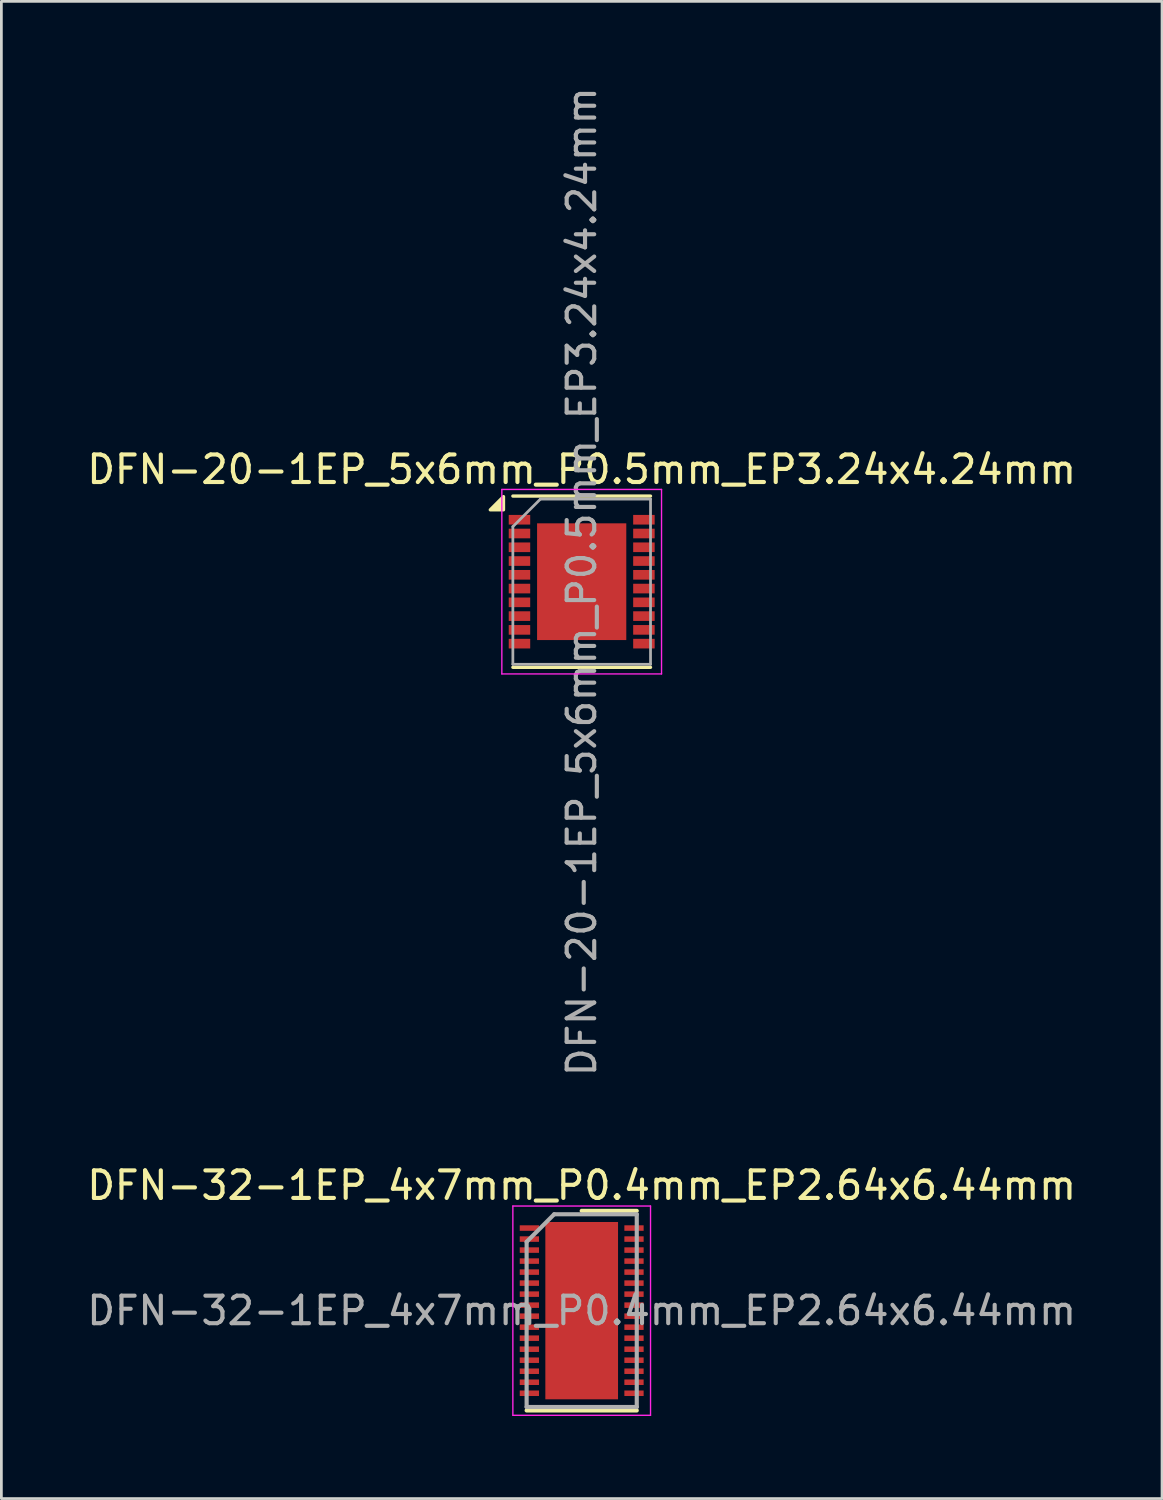
<source format=kicad_pcb>
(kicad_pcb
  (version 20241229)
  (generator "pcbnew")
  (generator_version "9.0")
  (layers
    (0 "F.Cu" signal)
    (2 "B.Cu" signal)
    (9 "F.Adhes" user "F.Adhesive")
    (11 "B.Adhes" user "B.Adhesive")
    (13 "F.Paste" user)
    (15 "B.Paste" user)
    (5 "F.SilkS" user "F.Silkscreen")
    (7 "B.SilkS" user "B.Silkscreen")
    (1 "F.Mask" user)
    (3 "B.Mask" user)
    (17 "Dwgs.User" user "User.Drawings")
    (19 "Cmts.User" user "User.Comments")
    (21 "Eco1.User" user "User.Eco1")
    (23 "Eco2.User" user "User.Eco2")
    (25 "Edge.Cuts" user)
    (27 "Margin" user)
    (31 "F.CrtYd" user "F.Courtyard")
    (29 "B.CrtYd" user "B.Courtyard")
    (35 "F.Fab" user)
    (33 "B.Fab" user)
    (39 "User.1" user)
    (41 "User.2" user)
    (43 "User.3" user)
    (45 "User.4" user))
  (footprint "DFN-20-1EP_5x6mm_P0.5mm_EP3.24x4.24mm"
    (layer "F.Cu")
    (at 18.077 18.077)
    (property "Reference" "DFN-20-1EP_5x6mm_P0.5mm_EP3.24x4.24mm" (at 0 -4.075 0) (layer "F.SilkS") (effects (font (size 1 1) (thickness 0.15))))
    (attr smd)
    (fp_line (start -2.5 -3.11) (end 2.5 -3.11) (stroke (width 0.12) (type solid)) (layer "F.SilkS"))
    (fp_line (start -2.5 3.11) (end 2.5 3.11) (stroke (width 0.12) (type solid)) (layer "F.SilkS"))
    (fp_poly (pts (xy -2.84 -2.61) (xy -3.32 -2.61) (xy -2.84 -3.09) (xy -2.84 -2.61)) (stroke (width 0.12) (type solid)) (fill yes) (layer "F.SilkS"))
    (fp_line (start -2.9 -3.35) (end -2.9 3.35) (stroke (width 0.05) (type solid)) (layer "F.CrtYd"))
    (fp_line (start -2.9 -3.35) (end 2.9 -3.35) (stroke (width 0.05) (type solid)) (layer "F.CrtYd"))
    (fp_line (start -2.9 3.35) (end 2.9 3.35) (stroke (width 0.05) (type solid)) (layer "F.CrtYd"))
    (fp_line (start 2.9 -3.35) (end 2.9 3.35) (stroke (width 0.05) (type solid)) (layer "F.CrtYd"))
    (fp_line (start -2.5 -2) (end -1.5 -3) (stroke (width 0.1) (type solid)) (layer "F.Fab"))
    (fp_line (start -2.5 3) (end -2.5 -2) (stroke (width 0.1) (type solid)) (layer "F.Fab"))
    (fp_line (start -1.5 -3) (end 2.5 -3) (stroke (width 0.1) (type solid)) (layer "F.Fab"))
    (fp_line (start 2.5 -3) (end 2.5 3) (stroke (width 0.1) (type solid)) (layer "F.Fab"))
    (fp_line (start 2.5 3) (end -2.5 3) (stroke (width 0.1) (type solid)) (layer "F.Fab"))
    (fp_text user "${REFERENCE}" (at 0 0 90) (layer "F.Fab") (effects (font (size 1 1) (thickness 0.15))))
    (pad "" smd rect (at -1.08 -1.59) (size 0.86 0.86) (layers "F.Paste"))
    (pad "" smd rect (at -1.08 -0.53) (size 0.86 0.86) (layers "F.Paste"))
    (pad "" smd rect (at -1.08 0.53) (size 0.86 0.86) (layers "F.Paste"))
    (pad "" smd rect (at -1.08 1.59) (size 0.86 0.86) (layers "F.Paste"))
    (pad "" smd rect (at 0 -1.59) (size 0.86 0.86) (layers "F.Paste"))
    (pad "" smd rect (at 0 -0.53) (size 0.86 0.86) (layers "F.Paste"))
    (pad "" smd rect (at 0 0.53) (size 0.86 0.86) (layers "F.Paste"))
    (pad "" smd rect (at 0 1.59) (size 0.86 0.86) (layers "F.Paste"))
    (pad "" smd rect (at 1.08 -1.59) (size 0.86 0.86) (layers "F.Paste"))
    (pad "" smd rect (at 1.08 -0.53) (size 0.86 0.86) (layers "F.Paste"))
    (pad "" smd rect (at 1.08 0.53) (size 0.86 0.86) (layers "F.Paste"))
    (pad "" smd rect (at 1.08 1.59) (size 0.86 0.86) (layers "F.Paste"))
    (pad "1" smd rect (at -2.26 -2.25) (size 0.78 0.35) (layers "F.Cu" "F.Mask" "F.Paste"))
    (pad "2" smd rect (at -2.26 -1.75) (size 0.78 0.35) (layers "F.Cu" "F.Mask" "F.Paste"))
    (pad "3" smd rect (at -2.26 -1.25) (size 0.78 0.35) (layers "F.Cu" "F.Mask" "F.Paste"))
    (pad "4" smd rect (at -2.26 -0.75) (size 0.78 0.35) (layers "F.Cu" "F.Mask" "F.Paste"))
    (pad "5" smd rect (at -2.26 -0.25) (size 0.78 0.35) (layers "F.Cu" "F.Mask" "F.Paste"))
    (pad "6" smd rect (at -2.26 0.25) (size 0.78 0.35) (layers "F.Cu" "F.Mask" "F.Paste"))
    (pad "7" smd rect (at -2.26 0.75) (size 0.78 0.35) (layers "F.Cu" "F.Mask" "F.Paste"))
    (pad "8" smd rect (at -2.26 1.25) (size 0.78 0.35) (layers "F.Cu" "F.Mask" "F.Paste"))
    (pad "9" smd rect (at -2.26 1.75) (size 0.78 0.35) (layers "F.Cu" "F.Mask" "F.Paste"))
    (pad "10" smd rect (at -2.26 2.25) (size 0.78 0.35) (layers "F.Cu" "F.Mask" "F.Paste"))
    (pad "11" smd rect (at 2.26 2.25) (size 0.78 0.35) (layers "F.Cu" "F.Mask" "F.Paste"))
    (pad "12" smd rect (at 2.26 1.75) (size 0.78 0.35) (layers "F.Cu" "F.Mask" "F.Paste"))
    (pad "13" smd rect (at 2.26 1.25) (size 0.78 0.35) (layers "F.Cu" "F.Mask" "F.Paste"))
    (pad "14" smd rect (at 2.26 0.75) (size 0.78 0.35) (layers "F.Cu" "F.Mask" "F.Paste"))
    (pad "15" smd rect (at 2.26 0.25) (size 0.78 0.35) (layers "F.Cu" "F.Mask" "F.Paste"))
    (pad "16" smd rect (at 2.26 -0.25) (size 0.78 0.35) (layers "F.Cu" "F.Mask" "F.Paste"))
    (pad "17" smd rect (at 2.26 -0.75) (size 0.78 0.35) (layers "F.Cu" "F.Mask" "F.Paste"))
    (pad "18" smd rect (at 2.26 -1.25) (size 0.78 0.35) (layers "F.Cu" "F.Mask" "F.Paste"))
    (pad "19" smd rect (at 2.26 -1.75) (size 0.78 0.35) (layers "F.Cu" "F.Mask" "F.Paste"))
    (pad "20" smd rect (at 2.26 -2.25) (size 0.78 0.35) (layers "F.Cu" "F.Mask" "F.Paste"))
    (pad "21" smd rect (at 0 0) (size 3.24 4.24) (layers "F.Cu" "F.Mask")))
  (footprint "DFN-32-1EP_4x7mm_P0.4mm_EP2.64x6.44mm"
    (layer "F.Cu")
    (at 18.077 44.553)
    (property "Reference" "DFN-32-1EP_4x7mm_P0.4mm_EP2.64x6.44mm" (at 0 -4.55 0) (layer "F.SilkS") (effects (font (size 1 1) (thickness 0.15))))
    (attr smd)
    (fp_line (start -2 3.625) (end 2 3.625) (stroke (width 0.15) (type solid)) (layer "F.SilkS"))
    (fp_line (start 0 -3.625) (end 2 -3.625) (stroke (width 0.15) (type solid)) (layer "F.SilkS"))
    (fp_line (start -2.5 -3.8) (end -2.5 3.8) (stroke (width 0.05) (type solid)) (layer "F.CrtYd"))
    (fp_line (start -2.5 -3.8) (end 2.5 -3.8) (stroke (width 0.05) (type solid)) (layer "F.CrtYd"))
    (fp_line (start -2.5 3.8) (end 2.5 3.8) (stroke (width 0.05) (type solid)) (layer "F.CrtYd"))
    (fp_line (start 2.5 -3.8) (end 2.5 3.8) (stroke (width 0.05) (type solid)) (layer "F.CrtYd"))
    (fp_line (start -2 -2.5) (end -1 -3.5) (stroke (width 0.15) (type solid)) (layer "F.Fab"))
    (fp_line (start -2 3.5) (end -2 -2.5) (stroke (width 0.15) (type solid)) (layer "F.Fab"))
    (fp_line (start -1 -3.5) (end 2 -3.5) (stroke (width 0.15) (type solid)) (layer "F.Fab"))
    (fp_line (start 2 -3.5) (end 2 3.5) (stroke (width 0.15) (type solid)) (layer "F.Fab"))
    (fp_line (start 2 3.5) (end -2 3.5) (stroke (width 0.15) (type solid)) (layer "F.Fab"))
    (fp_text user "${REFERENCE}" (at 0 0 0) (layer "F.Fab") (effects (font (size 1 1) (thickness 0.15))))
    (pad "" smd rect (at -0.66 -2.56) (size 1.05 1.05) (layers "F.Paste"))
    (pad "" smd rect (at -0.66 -1.28) (size 1.05 1.05) (layers "F.Paste"))
    (pad "" smd rect (at -0.66 0) (size 1.05 1.05) (layers "F.Paste"))
    (pad "" smd rect (at -0.66 1.28) (size 1.05 1.05) (layers "F.Paste"))
    (pad "" smd rect (at -0.66 2.56) (size 1.05 1.05) (layers "F.Paste"))
    (pad "" smd rect (at 0.66 -2.56) (size 1.05 1.05) (layers "F.Paste"))
    (pad "" smd rect (at 0.66 -1.28) (size 1.05 1.05) (layers "F.Paste"))
    (pad "" smd rect (at 0.66 0) (size 1.05 1.05) (layers "F.Paste"))
    (pad "" smd rect (at 0.66 1.28) (size 1.05 1.05) (layers "F.Paste"))
    (pad "" smd rect (at 0.66 2.56) (size 1.05 1.05) (layers "F.Paste"))
    (pad "1" smd rect (at -1.9 -3) (size 0.7 0.2) (layers "F.Cu" "F.Mask" "F.Paste"))
    (pad "2" smd rect (at -1.9 -2.6) (size 0.7 0.2) (layers "F.Cu" "F.Mask" "F.Paste"))
    (pad "3" smd rect (at -1.9 -2.2) (size 0.7 0.2) (layers "F.Cu" "F.Mask" "F.Paste"))
    (pad "4" smd rect (at -1.9 -1.8) (size 0.7 0.2) (layers "F.Cu" "F.Mask" "F.Paste"))
    (pad "5" smd rect (at -1.9 -1.4) (size 0.7 0.2) (layers "F.Cu" "F.Mask" "F.Paste"))
    (pad "6" smd rect (at -1.9 -1) (size 0.7 0.2) (layers "F.Cu" "F.Mask" "F.Paste"))
    (pad "7" smd rect (at -1.9 -0.6) (size 0.7 0.2) (layers "F.Cu" "F.Mask" "F.Paste"))
    (pad "8" smd rect (at -1.9 -0.2) (size 0.7 0.2) (layers "F.Cu" "F.Mask" "F.Paste"))
    (pad "9" smd rect (at -1.9 0.2) (size 0.7 0.2) (layers "F.Cu" "F.Mask" "F.Paste"))
    (pad "10" smd rect (at -1.9 0.6) (size 0.7 0.2) (layers "F.Cu" "F.Mask" "F.Paste"))
    (pad "11" smd rect (at -1.9 1) (size 0.7 0.2) (layers "F.Cu" "F.Mask" "F.Paste"))
    (pad "12" smd rect (at -1.9 1.4) (size 0.7 0.2) (layers "F.Cu" "F.Mask" "F.Paste"))
    (pad "13" smd rect (at -1.9 1.8) (size 0.7 0.2) (layers "F.Cu" "F.Mask" "F.Paste"))
    (pad "14" smd rect (at -1.9 2.2) (size 0.7 0.2) (layers "F.Cu" "F.Mask" "F.Paste"))
    (pad "15" smd rect (at -1.9 2.6) (size 0.7 0.2) (layers "F.Cu" "F.Mask" "F.Paste"))
    (pad "16" smd rect (at -1.9 3) (size 0.7 0.2) (layers "F.Cu" "F.Mask" "F.Paste"))
    (pad "17" smd rect (at 1.9 3) (size 0.7 0.2) (layers "F.Cu" "F.Mask" "F.Paste"))
    (pad "18" smd rect (at 1.9 2.6) (size 0.7 0.2) (layers "F.Cu" "F.Mask" "F.Paste"))
    (pad "19" smd rect (at 1.9 2.2) (size 0.7 0.2) (layers "F.Cu" "F.Mask" "F.Paste"))
    (pad "20" smd rect (at 1.9 1.8) (size 0.7 0.2) (layers "F.Cu" "F.Mask" "F.Paste"))
    (pad "21" smd rect (at 1.9 1.4) (size 0.7 0.2) (layers "F.Cu" "F.Mask" "F.Paste"))
    (pad "22" smd rect (at 1.9 1) (size 0.7 0.2) (layers "F.Cu" "F.Mask" "F.Paste"))
    (pad "23" smd rect (at 1.9 0.6) (size 0.7 0.2) (layers "F.Cu" "F.Mask" "F.Paste"))
    (pad "24" smd rect (at 1.9 0.2) (size 0.7 0.2) (layers "F.Cu" "F.Mask" "F.Paste"))
    (pad "25" smd rect (at 1.9 -0.2) (size 0.7 0.2) (layers "F.Cu" "F.Mask" "F.Paste"))
    (pad "26" smd rect (at 1.9 -0.6) (size 0.7 0.2) (layers "F.Cu" "F.Mask" "F.Paste"))
    (pad "27" smd rect (at 1.9 -1) (size 0.7 0.2) (layers "F.Cu" "F.Mask" "F.Paste"))
    (pad "28" smd rect (at 1.9 -1.4) (size 0.7 0.2) (layers "F.Cu" "F.Mask" "F.Paste"))
    (pad "29" smd rect (at 1.9 -1.8) (size 0.7 0.2) (layers "F.Cu" "F.Mask" "F.Paste"))
    (pad "30" smd rect (at 1.9 -2.2) (size 0.7 0.2) (layers "F.Cu" "F.Mask" "F.Paste"))
    (pad "31" smd rect (at 1.9 -2.6) (size 0.7 0.2) (layers "F.Cu" "F.Mask" "F.Paste"))
    (pad "32" smd rect (at 1.9 -3) (size 0.7 0.2) (layers "F.Cu" "F.Mask" "F.Paste"))
    (pad "33" smd rect (at 0 0) (size 2.64 6.44) (layers "F.Cu" "F.Mask")))
  (gr_rect
    (start -3 -3)
    (end 39.155 51.378)
    (stroke (width 0.1) (type default))
    (fill no)
    (layer "Edge.Cuts")))
</source>
